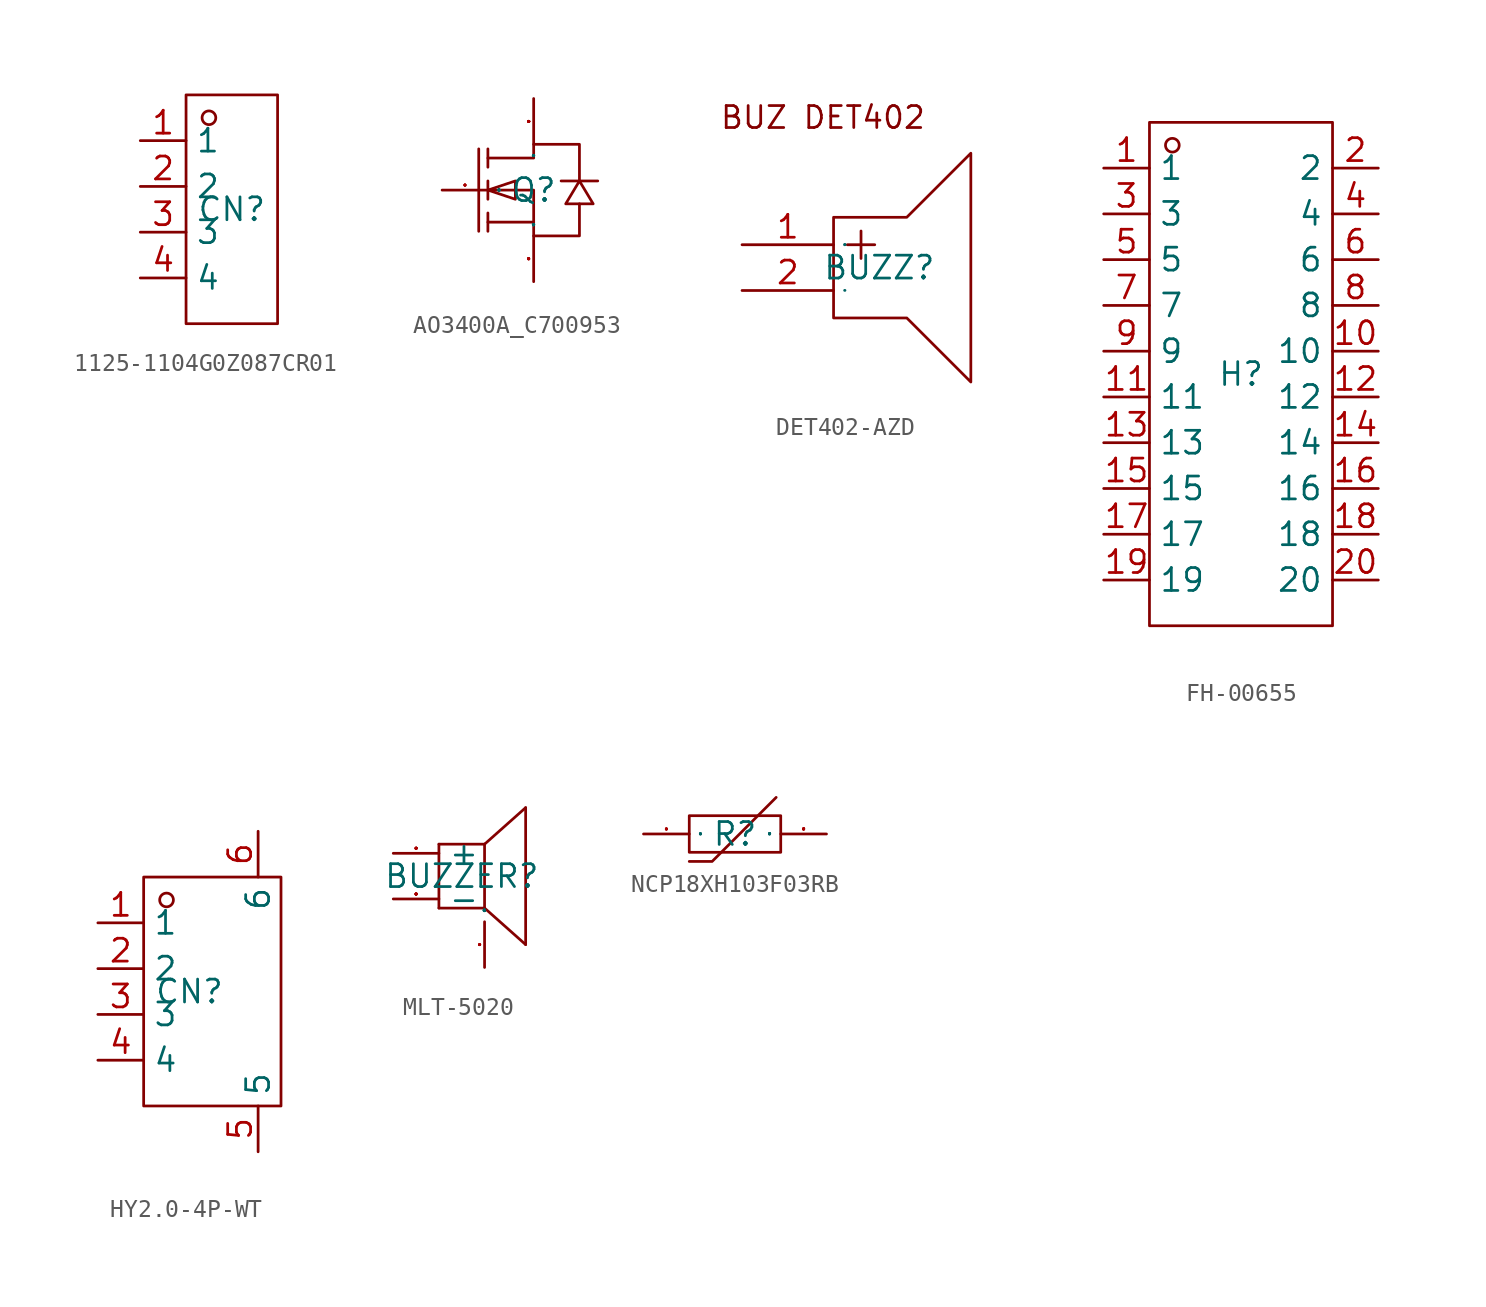
<source format=kicad_sym>
(kicad_symbol_lib
  (version 20241209)
  (generator "kicad_symbol_editor")
  (generator_version "9.0")
  (symbol "1125-1104G0Z087CR01"
    (property "Reference" "CN"
      (at 0 0 0)
      (effects (font (size 1.27 1.27))))
    (property "Value" ""
      (at 0 0 0)
      (effects (font (size 1.27 1.27))))
    (symbol "1125-1104G0Z087CR01_1_0"
      (rectangle (start -2.54 -6.35) (end 2.54 6.35) (stroke (width 0) (type default)) (fill (type none)))
      (circle (center -1.27 5.08) (radius 0.381) (stroke (width 0) (type default)) (fill (type none)))
      (pin input line (at -5.08 3.81 0) (length 2.54) (name "1" (effects (font (size 1.27 1.27)))) (number "1" (effects (font (size 1.27 1.27)))))
      (pin input line (at -5.08 1.27 0) (length 2.54) (name "2" (effects (font (size 1.27 1.27)))) (number "2" (effects (font (size 1.27 1.27)))))
      (pin input line (at -5.08 -1.27 0) (length 2.54) (name "3" (effects (font (size 1.27 1.27)))) (number "3" (effects (font (size 1.27 1.27)))))
      (pin input line (at -5.08 -3.81 0) (length 2.54) (name "4" (effects (font (size 1.27 1.27)))) (number "4" (effects (font (size 1.27 1.27)))))))
  (symbol "AO3400A_C700953"
    (property "Reference" "Q"
      (at 0 0 0)
      (effects (font (size 1.27 1.27))))
    (property "Value" ""
      (at 0 0 0)
      (effects (font (size 1.27 1.27))))
    (symbol "AO3400A_C700953_1_0"
      (polyline (pts (xy -3.048 2.286) (xy -3.048 -2.286)) (stroke (width 0) (type default)) (fill (type none)))
      (polyline (pts (xy -2.54 2.286) (xy -2.54 1.27)) (stroke (width 0) (type default)) (fill (type none)))
      (polyline (pts (xy -2.54 1.778) (xy 0 1.778) (xy 0 1.778) (xy 0 2.54) (xy 0 2.54) (xy 2.54 2.54) (xy 2.54 2.54) (xy 2.54 0.508)) (stroke (width 0) (type default)) (fill (type none)))
      (polyline (pts (xy -2.54 0) (xy -1.016 -0.508) (xy -1.016 -0.508) (xy -1.016 0.508) (xy -1.016 0.508) (xy -2.54 0)) (stroke (width 0) (type default)) (fill (type none)))
      (polyline (pts (xy -2.54 0) (xy 0 0) (xy 0 0) (xy 0 -2.54) (xy 0 -2.54) (xy 2.54 -2.54) (xy 2.54 -2.54) (xy 2.54 -0.762)) (stroke (width 0) (type default)) (fill (type none)))
      (polyline (pts (xy -2.54 -0.508) (xy -2.54 0.508)) (stroke (width 0) (type default)) (fill (type none)))
      (polyline (pts (xy -2.54 -2.286) (xy -2.54 -1.27)) (stroke (width 0) (type default)) (fill (type none)))
      (polyline (pts (xy 0 -1.778) (xy -2.54 -1.778)) (stroke (width 0) (type default)) (fill (type none)))
      (polyline (pts (xy 2.54 0.508) (xy 1.778 -0.762) (xy 1.778 -0.762) (xy 3.302 -0.762) (xy 3.302 -0.762) (xy 2.54 0.508)) (stroke (width 0) (type default)) (fill (type none)))
      (polyline (pts (xy 3.556 0.508) (xy 3.048 0.508) (xy 3.048 0.508) (xy 2.032 0.508) (xy 2.032 0.508) (xy 1.524 0.508)) (stroke (width 0) (type default)) (fill (type none)))
      (pin input line (at -5.08 0 0) (length 2.54) (name "G" (effects (font (size 0.025 0.025)))) (number "1" (effects (font (size 0.025 0.025)))))
      (pin input line (at 0 5.08 270) (length 2.54) (name "D" (effects (font (size 0.025 0.025)))) (number "3" (effects (font (size 0.025 0.025)))))
      (pin input line (at 0 -5.08 90) (length 2.54) (name "S" (effects (font (size 0.025 0.025)))) (number "2" (effects (font (size 0.025 0.025)))))))
  (symbol "DET402-AZD"
    (property "Reference" "BUZZ"
      (at 0 0 0)
      (effects (font (size 1.27 1.27))))
    (property "Value" ""
      (at 0 0 0)
      (effects (font (size 1.27 1.27))))
    (symbol "DET402-AZD_1_0"
      (polyline (pts (xy -1.016 0.508) (xy -1.016 2.032)) (stroke (width 0) (type default)) (fill (type none)))
      (polyline (pts (xy -0.254 1.27) (xy -1.778 1.27)) (stroke (width 0) (type default)) (fill (type none)))
      (polyline (pts (xy 1.524 -2.794) (xy -2.54 -2.794) (xy -2.54 2.794) (xy 1.524 2.794) (xy 5.08 6.35) (xy 5.08 -6.35) (xy 1.524 -2.794)) (stroke (width 0) (type default)) (fill (type none)))
      (text "BUZ DET402" (at -8.89 7.62 0) (effects (font (size 1.219 1.219)) (justify left bottom)))
      (pin input line (at -7.62 1.27 0) (length 5.08) (name "+" (effects (font (size 0.025 0.025)))) (number "1" (effects (font (size 1.27 1.27)))))
      (pin input line (at -7.62 -1.27 0) (length 5.08) (name "-" (effects (font (size 0.025 0.025)))) (number "2" (effects (font (size 1.27 1.27)))))))
  (symbol "FH-00655"
    (property "Reference" "H"
      (at 0 0 0)
      (effects (font (size 1.27 1.27))))
    (property "Value" ""
      (at 0 0 0)
      (effects (font (size 1.27 1.27))))
    (symbol "FH-00655_1_0"
      (rectangle (start -5.08 -13.97) (end 5.08 13.97) (stroke (width 0) (type default)) (fill (type none)))
      (circle (center -3.81 12.7) (radius 0.381) (stroke (width 0) (type default)) (fill (type none)))
      (pin input line (at -7.62 11.43 0) (length 2.54) (name "1" (effects (font (size 1.27 1.27)))) (number "1" (effects (font (size 1.27 1.27)))))
      (pin input line (at -7.62 8.89 0) (length 2.54) (name "3" (effects (font (size 1.27 1.27)))) (number "3" (effects (font (size 1.27 1.27)))))
      (pin input line (at -7.62 6.35 0) (length 2.54) (name "5" (effects (font (size 1.27 1.27)))) (number "5" (effects (font (size 1.27 1.27)))))
      (pin input line (at -7.62 3.81 0) (length 2.54) (name "7" (effects (font (size 1.27 1.27)))) (number "7" (effects (font (size 1.27 1.27)))))
      (pin input line (at -7.62 1.27 0) (length 2.54) (name "9" (effects (font (size 1.27 1.27)))) (number "9" (effects (font (size 1.27 1.27)))))
      (pin input line (at -7.62 -1.27 0) (length 2.54) (name "11" (effects (font (size 1.27 1.27)))) (number "11" (effects (font (size 1.27 1.27)))))
      (pin input line (at -7.62 -3.81 0) (length 2.54) (name "13" (effects (font (size 1.27 1.27)))) (number "13" (effects (font (size 1.27 1.27)))))
      (pin input line (at -7.62 -6.35 0) (length 2.54) (name "15" (effects (font (size 1.27 1.27)))) (number "15" (effects (font (size 1.27 1.27)))))
      (pin input line (at -7.62 -8.89 0) (length 2.54) (name "17" (effects (font (size 1.27 1.27)))) (number "17" (effects (font (size 1.27 1.27)))))
      (pin input line (at -7.62 -11.43 0) (length 2.54) (name "19" (effects (font (size 1.27 1.27)))) (number "19" (effects (font (size 1.27 1.27)))))
      (pin input line (at 7.62 11.43 180) (length 2.54) (name "2" (effects (font (size 1.27 1.27)))) (number "2" (effects (font (size 1.27 1.27)))))
      (pin input line (at 7.62 8.89 180) (length 2.54) (name "4" (effects (font (size 1.27 1.27)))) (number "4" (effects (font (size 1.27 1.27)))))
      (pin input line (at 7.62 6.35 180) (length 2.54) (name "6" (effects (font (size 1.27 1.27)))) (number "6" (effects (font (size 1.27 1.27)))))
      (pin input line (at 7.62 3.81 180) (length 2.54) (name "8" (effects (font (size 1.27 1.27)))) (number "8" (effects (font (size 1.27 1.27)))))
      (pin input line (at 7.62 1.27 180) (length 2.54) (name "10" (effects (font (size 1.27 1.27)))) (number "10" (effects (font (size 1.27 1.27)))))
      (pin input line (at 7.62 -1.27 180) (length 2.54) (name "12" (effects (font (size 1.27 1.27)))) (number "12" (effects (font (size 1.27 1.27)))))
      (pin input line (at 7.62 -3.81 180) (length 2.54) (name "14" (effects (font (size 1.27 1.27)))) (number "14" (effects (font (size 1.27 1.27)))))
      (pin input line (at 7.62 -6.35 180) (length 2.54) (name "16" (effects (font (size 1.27 1.27)))) (number "16" (effects (font (size 1.27 1.27)))))
      (pin input line (at 7.62 -8.89 180) (length 2.54) (name "18" (effects (font (size 1.27 1.27)))) (number "18" (effects (font (size 1.27 1.27)))))
      (pin input line (at 7.62 -11.43 180) (length 2.54) (name "20" (effects (font (size 1.27 1.27)))) (number "20" (effects (font (size 1.27 1.27)))))))
  (symbol "HY2.0-4P-WT"
    (property "Reference" "CN"
      (at 0 0 0)
      (effects (font (size 1.27 1.27))))
    (property "Value" ""
      (at 0 0 0)
      (effects (font (size 1.27 1.27))))
    (symbol "HY2.0-4P-WT_1_0"
      (rectangle (start -2.54 -6.35) (end 5.08 6.35) (stroke (width 0) (type default)) (fill (type none)))
      (circle (center -1.27 5.08) (radius 0.381) (stroke (width 0) (type default)) (fill (type none)))
      (pin input line (at -5.08 3.81 0) (length 2.54) (name "1" (effects (font (size 1.27 1.27)))) (number "1" (effects (font (size 1.27 1.27)))))
      (pin input line (at -5.08 1.27 0) (length 2.54) (name "2" (effects (font (size 1.27 1.27)))) (number "2" (effects (font (size 1.27 1.27)))))
      (pin input line (at -5.08 -1.27 0) (length 2.54) (name "3" (effects (font (size 1.27 1.27)))) (number "3" (effects (font (size 1.27 1.27)))))
      (pin input line (at -5.08 -3.81 0) (length 2.54) (name "4" (effects (font (size 1.27 1.27)))) (number "4" (effects (font (size 1.27 1.27)))))
      (pin input line (at 3.81 8.89 270) (length 2.54) (name "6" (effects (font (size 1.27 1.27)))) (number "6" (effects (font (size 1.27 1.27)))))
      (pin input line (at 3.81 -8.89 90) (length 2.54) (name "5" (effects (font (size 1.27 1.27)))) (number "5" (effects (font (size 1.27 1.27)))))))
  (symbol "MLT-5020"
    (property "Reference" "BUZZER"
      (at 0 0 0)
      (effects (font (size 1.27 1.27))))
    (symbol "MLT-5020_1_0"
      (polyline (pts (xy -1.27 1.778) (xy -1.27 -1.778)) (stroke (width 0) (type default)) (fill (type none)))
      (polyline (pts (xy -1.27 1.778) (xy 1.27 1.778)) (stroke (width 0) (type default)) (fill (type none)))
      (polyline (pts (xy -1.27 -1.778) (xy 1.27 -1.778)) (stroke (width 0) (type default)) (fill (type none)))
      (polyline (pts (xy 1.27 1.778) (xy 1.27 -1.778)) (stroke (width 0) (type default)) (fill (type none)))
      (polyline (pts (xy 1.27 -1.778) (xy 3.556 -3.81)) (stroke (width 0) (type default)) (fill (type none)))
      (polyline (pts (xy 3.556 3.81) (xy 1.27 1.778)) (stroke (width 0) (type default)) (fill (type none)))
      (polyline (pts (xy 3.556 3.81) (xy 3.556 -3.81)) (stroke (width 0) (type default)) (fill (type none)))
      (pin input line (at -3.81 1.27 0) (length 2.54) (name "+" (effects (font (size 1.27 1.27)))) (number "2" (effects (font (size 0.025 0.025)))))
      (pin input line (at -3.81 -1.27 0) (length 2.54) (name "-" (effects (font (size 1.27 1.27)))) (number "3" (effects (font (size 0.025 0.025)))))
      (pin input line (at 1.27 -5.08 90) (length 2.54) (name "NC" (effects (font (size 0.025 0.025)))) (number "1" (effects (font (size 0.025 0.025)))))))
  (symbol "NCP18XH103F03RB"
    (property "Reference" "R"
      (at 0 0 0)
      (effects (font (size 1.27 1.27))))
    (property "Value" ""
      (at 0 0 0)
      (effects (font (size 1.27 1.27))))
    (symbol "NCP18XH103F03RB_1_0"
      (rectangle (start -2.54 -1.016) (end 2.54 1.016) (stroke (width 0) (type default)) (fill (type none)))
      (polyline (pts (xy -2.54 -1.524) (xy -1.27 -1.524) (xy -1.27 -1.524) (xy 2.286 2.032)) (stroke (width 0) (type default)) (fill (type none)))
      (pin input line (at -5.08 0 0) (length 2.54) (name "1" (effects (font (size 0.025 0.025)))) (number "1" (effects (font (size 0.025 0.025)))))
      (pin input line (at 5.08 0 180) (length 2.54) (name "2" (effects (font (size 0.025 0.025)))) (number "2" (effects (font (size 0.025 0.025))))))))
</source>
